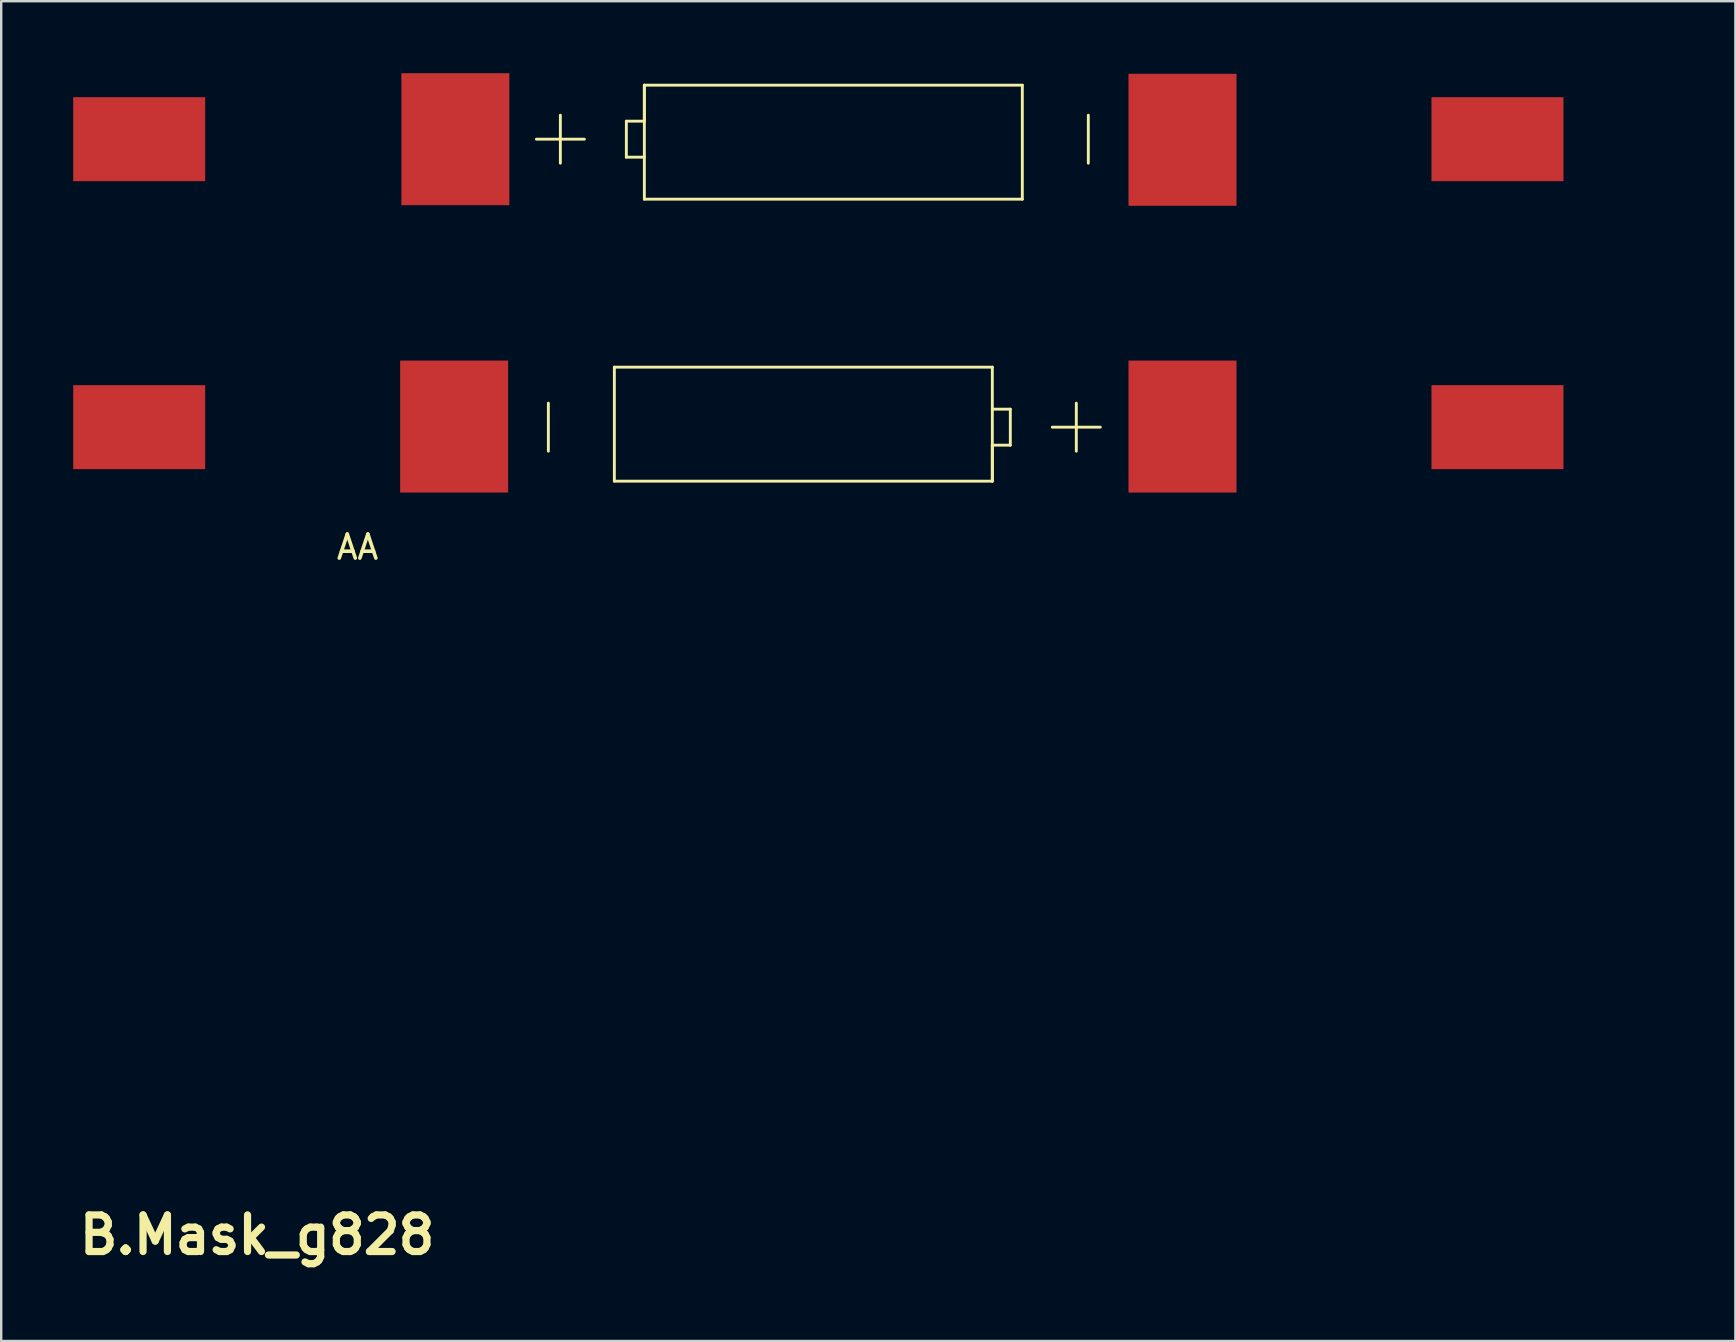
<source format=kicad_pcb>
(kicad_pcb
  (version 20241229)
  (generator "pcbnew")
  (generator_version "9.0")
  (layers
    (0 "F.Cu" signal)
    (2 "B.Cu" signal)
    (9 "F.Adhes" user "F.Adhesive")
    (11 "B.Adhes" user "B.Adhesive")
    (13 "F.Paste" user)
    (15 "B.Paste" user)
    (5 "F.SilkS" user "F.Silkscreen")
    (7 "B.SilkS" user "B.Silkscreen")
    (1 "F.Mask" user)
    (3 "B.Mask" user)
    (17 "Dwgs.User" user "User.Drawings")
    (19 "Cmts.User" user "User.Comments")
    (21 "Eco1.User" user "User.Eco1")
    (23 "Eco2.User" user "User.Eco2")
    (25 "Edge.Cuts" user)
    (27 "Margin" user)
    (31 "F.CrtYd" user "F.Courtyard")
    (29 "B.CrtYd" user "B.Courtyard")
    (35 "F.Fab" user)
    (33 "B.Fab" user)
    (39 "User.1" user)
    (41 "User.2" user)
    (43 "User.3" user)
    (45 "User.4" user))
  (footprint "AA"
    (layer "F.Cu")
    (at 31.05 5.75)
    (property "Reference" "AA" (at -19.2 14 0) (layer "F.SilkS") (effects (font (size 1 1) (thickness 0.15))))
    (attr through_hole)
    (fp_line (start -11.75 -3) (end -9.75 -3) (stroke (width 0.12) (type solid)) (layer "F.SilkS"))
    (fp_line (start -11.25 10) (end -11.25 8) (stroke (width 0.12) (type solid)) (layer "F.SilkS"))
    (fp_line (start -10.75 -4) (end -10.75 -2) (stroke (width 0.12) (type solid)) (layer "F.SilkS"))
    (fp_line (start -8.5 6.5) (end 7.25 6.5) (stroke (width 0.12) (type solid)) (layer "F.SilkS"))
    (fp_line (start -8.5 11.25) (end -8.5 6.5) (stroke (width 0.12) (type solid)) (layer "F.SilkS"))
    (fp_line (start -8 -3.75) (end -8 -2.25) (stroke (width 0.12) (type solid)) (layer "F.SilkS"))
    (fp_line (start -8 -2.25) (end -7.25 -2.25) (stroke (width 0.12) (type solid)) (layer "F.SilkS"))
    (fp_line (start -7.25 -5.25) (end -7.25 -3.75) (stroke (width 0.12) (type solid)) (layer "F.SilkS"))
    (fp_line (start -7.25 -5.25) (end 8.5 -5.25) (stroke (width 0.12) (type solid)) (layer "F.SilkS"))
    (fp_line (start -7.25 -3.75) (end -8 -3.75) (stroke (width 0.12) (type solid)) (layer "F.SilkS"))
    (fp_line (start -7.25 -0.5) (end -7.25 -5.25) (stroke (width 0.12) (type solid)) (layer "F.SilkS"))
    (fp_line (start 7.25 6.5) (end 7.25 11.25) (stroke (width 0.12) (type solid)) (layer "F.SilkS"))
    (fp_line (start 7.25 9.75) (end 8 9.75) (stroke (width 0.12) (type solid)) (layer "F.SilkS"))
    (fp_line (start 7.25 11.25) (end -8.5 11.25) (stroke (width 0.12) (type solid)) (layer "F.SilkS"))
    (fp_line (start 7.25 11.25) (end 7.25 9.75) (stroke (width 0.12) (type solid)) (layer "F.SilkS"))
    (fp_line (start 8 8.25) (end 7.25 8.25) (stroke (width 0.12) (type solid)) (layer "F.SilkS"))
    (fp_line (start 8 9.75) (end 8 8.25) (stroke (width 0.12) (type solid)) (layer "F.SilkS"))
    (fp_line (start 8.5 -5.25) (end 8.5 -0.5) (stroke (width 0.12) (type solid)) (layer "F.SilkS"))
    (fp_line (start 8.5 -0.5) (end -7.25 -0.5) (stroke (width 0.12) (type solid)) (layer "F.SilkS"))
    (fp_line (start 10.75 10) (end 10.75 8) (stroke (width 0.12) (type solid)) (layer "F.SilkS"))
    (fp_line (start 11.25 -4) (end 11.25 -2) (stroke (width 0.12) (type solid)) (layer "F.SilkS"))
    (fp_line (start 11.75 9) (end 9.75 9) (stroke (width 0.12) (type solid)) (layer "F.SilkS"))
    (pad "1" smd rect (at -28.3 -3) (size 5.5 3.5) (layers "F.Cu" "F.Mask" "F.Paste"))
    (pad "1" smd rect (at -15.125 -3) (size 4.5 5.5) (layers "F.Cu" "F.Mask" "F.Paste"))
    (pad "2" smd rect (at 15.175 -2.975) (size 4.5 5.5) (layers "F.Cu" "F.Mask" "F.Paste"))
    (pad "2" smd rect (at 15.175 8.975 180) (size 4.5 5.5) (layers "F.Cu" "F.Mask" "F.Paste"))
    (pad "2" smd rect (at 28.3 -3) (size 5.5 3.5) (layers "F.Cu" "F.Mask" "F.Paste"))
    (pad "2" smd rect (at 28.3 9 180) (size 5.5 3.5) (layers "F.Cu" "F.Mask" "F.Paste"))
    (pad "3" smd rect (at -28.3 9 180) (size 5.5 3.5) (layers "F.Cu" "F.Mask" "F.Paste"))
    (pad "3" smd rect (at -15.175 8.975 180) (size 4.5 5.5) (layers "F.Cu" "F.Mask" "F.Paste")))
  (footprint "B.Mask_g828"
    (layer "F.Cu")
    (at 7.664 48.411)
    (property "Reference" "B.Mask_g828" (at 0 0 0) (layer "F.SilkS") (effects (font (size 1.524 1.524) (thickness 0.3))))
    (attr through_hole)
    (fp_poly (pts (xy 54.283 -24.786) (xy 54.389 -24.726) (xy 54.536 -24.638) (xy 54.709 -24.53) (xy 54.729 -24.517) (xy 54.948 -24.38) (xy 55.208 -24.221) (xy 55.476 -24.06) (xy 55.716 -23.92) (xy 56.252 -23.588) (xy 56.71 -23.256) (xy 57.097 -22.914) (xy 57.418 -22.557) (xy 57.681 -22.177) (xy 57.891 -21.767) (xy 58.021 -21.428) (xy 58.073 -21.255) (xy 58.135 -21.02) (xy 58.201 -20.744) (xy 58.267 -20.447) (xy 58.328 -20.149) (xy 58.333 -20.128) (xy 58.388 -19.847) (xy 58.441 -19.578) (xy 58.49 -19.338) (xy 58.53 -19.145) (xy 58.559 -19.014) (xy 58.563 -18.997) (xy 58.588 -18.885) (xy 58.595 -18.809) (xy 58.573 -18.77) (xy 58.515 -18.767) (xy 58.408 -18.8) (xy 58.245 -18.868) (xy 58.015 -18.972) (xy 57.997 -18.98) (xy 57.516 -19.206) (xy 57.1 -19.421) (xy 56.732 -19.635) (xy 56.395 -19.86) (xy 56.073 -20.108) (xy 55.75 -20.389) (xy 55.407 -20.715) (xy 55.359 -20.762) (xy 54.999 -21.106) (xy 54.668 -21.39) (xy 54.35 -21.626) (xy 54.029 -21.828) (xy 53.688 -22.005) (xy 53.686 -22.006) (xy 53.529 -22.079) (xy 53.409 -22.124) (xy 53.296 -22.147) (xy 53.16 -22.153) (xy 52.971 -22.15) (xy 52.959 -22.15) (xy 52.775 -22.142) (xy 52.618 -22.132) (xy 52.511 -22.121) (xy 52.483 -22.115) (xy 52.417 -22.105) (xy 52.422 -22.136) (xy 52.497 -22.21) (xy 52.644 -22.326) (xy 52.817 -22.453) (xy 53.096 -22.636) (xy 53.37 -22.783) (xy 53.621 -22.886) (xy 53.836 -22.939) (xy 53.907 -22.944) (xy 53.991 -22.948) (xy 54.001 -22.973) (xy 53.951 -23.032) (xy 53.885 -23.088) (xy 53.763 -23.174) (xy 53.603 -23.279) (xy 53.426 -23.389) (xy 53.2 -23.525) (xy 53.038 -23.625) (xy 52.931 -23.698) (xy 52.871 -23.754) (xy 52.85 -23.803) (xy 52.861 -23.853) (xy 52.895 -23.915) (xy 52.932 -23.976) (xy 52.997 -24.085) (xy 53.043 -24.156) (xy 53.056 -24.172) (xy 53.096 -24.158) (xy 53.2 -24.118) (xy 53.352 -24.059) (xy 53.536 -23.986) (xy 53.548 -23.982) (xy 53.734 -23.909) (xy 53.888 -23.852) (xy 53.996 -23.814) (xy 54.042 -23.802) (xy 54.042 -23.802) (xy 54.038 -23.845) (xy 54.014 -23.949) (xy 53.977 -24.091) (xy 53.972 -24.109) (xy 53.916 -24.331) (xy 53.891 -24.485) (xy 53.9 -24.581) (xy 53.941 -24.628) (xy 53.995 -24.638) (xy 54.099 -24.672) (xy 54.144 -24.723) (xy 54.197 -24.79) (xy 54.233 -24.807) (xy 54.283 -24.786)) (stroke (width 0.01) (type solid)) (fill yes) (layer "B.Mask")))
  (gr_rect
    (start -3 -3)
    (end 69.263 52.829)
    (stroke (width 0.1) (type default))
    (fill no)
    (layer "Edge.Cuts")))
</source>
